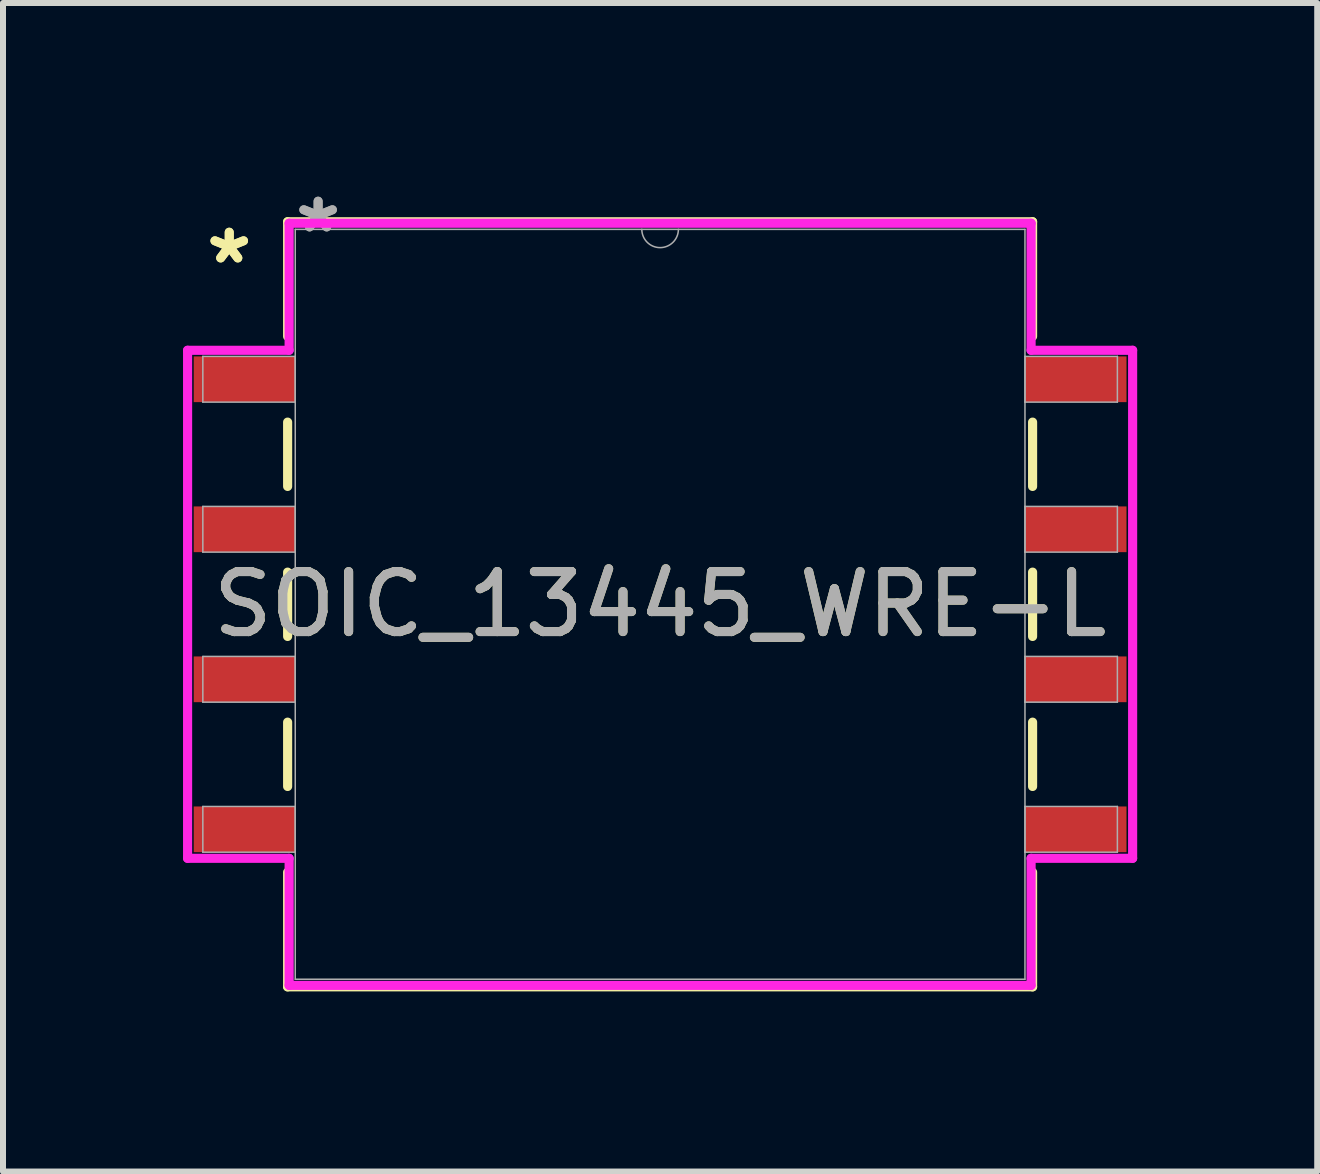
<source format=kicad_pcb>
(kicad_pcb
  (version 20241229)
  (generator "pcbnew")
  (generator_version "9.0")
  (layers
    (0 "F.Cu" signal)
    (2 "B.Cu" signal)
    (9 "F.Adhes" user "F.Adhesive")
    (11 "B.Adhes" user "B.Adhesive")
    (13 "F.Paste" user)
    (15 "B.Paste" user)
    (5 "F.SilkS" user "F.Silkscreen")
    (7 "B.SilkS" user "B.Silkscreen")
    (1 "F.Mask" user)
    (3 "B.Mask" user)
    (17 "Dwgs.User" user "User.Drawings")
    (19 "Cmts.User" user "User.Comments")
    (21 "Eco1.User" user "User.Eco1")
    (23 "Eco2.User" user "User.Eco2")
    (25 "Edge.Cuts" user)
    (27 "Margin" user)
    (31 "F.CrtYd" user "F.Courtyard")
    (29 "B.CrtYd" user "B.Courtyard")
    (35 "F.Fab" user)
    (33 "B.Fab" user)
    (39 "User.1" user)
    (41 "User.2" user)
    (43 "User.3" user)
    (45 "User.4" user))
  (footprint "SOIC_13445_WRE-L"
    (layer "F.Cu")
    (at 7.95 7.02)
    (property "Reference" "SOIC_13445_WRE-L" (at 0 0 0) (unlocked yes) (layer "F.SilkS") (effects (font (size 1 1) (thickness 0.15))))
    (attr smd)
    (fp_line (start -6.207 -6.375) (end -6.207 -4.464) (stroke (width 0.152) (type solid)) (layer "F.SilkS"))
    (fp_line (start -6.207 -3.036) (end -6.207 -1.964) (stroke (width 0.152) (type solid)) (layer "F.SilkS"))
    (fp_line (start -6.207 -0.536) (end -6.207 0.536) (stroke (width 0.152) (type solid)) (layer "F.SilkS"))
    (fp_line (start -6.207 1.964) (end -6.207 3.036) (stroke (width 0.152) (type solid)) (layer "F.SilkS"))
    (fp_line (start -6.207 4.464) (end -6.207 6.375) (stroke (width 0.152) (type solid)) (layer "F.SilkS"))
    (fp_line (start -6.207 6.375) (end 6.207 6.375) (stroke (width 0.152) (type solid)) (layer "F.SilkS"))
    (fp_line (start 6.207 -6.375) (end -6.207 -6.375) (stroke (width 0.152) (type solid)) (layer "F.SilkS"))
    (fp_line (start 6.207 -4.464) (end 6.207 -6.375) (stroke (width 0.152) (type solid)) (layer "F.SilkS"))
    (fp_line (start 6.207 -1.964) (end 6.207 -3.036) (stroke (width 0.152) (type solid)) (layer "F.SilkS"))
    (fp_line (start 6.207 0.536) (end 6.207 -0.536) (stroke (width 0.152) (type solid)) (layer "F.SilkS"))
    (fp_line (start 6.207 3.036) (end 6.207 1.964) (stroke (width 0.152) (type solid)) (layer "F.SilkS"))
    (fp_line (start 6.207 6.375) (end 6.207 4.464) (stroke (width 0.152) (type solid)) (layer "F.SilkS"))
    (fp_line (start -7.874 -4.233) (end -6.182 -4.233) (stroke (width 0.152) (type solid)) (layer "F.CrtYd"))
    (fp_line (start -7.874 4.233) (end -7.874 -4.233) (stroke (width 0.152) (type solid)) (layer "F.CrtYd"))
    (fp_line (start -7.874 4.233) (end -6.182 4.233) (stroke (width 0.152) (type solid)) (layer "F.CrtYd"))
    (fp_line (start -6.182 -6.35) (end 6.182 -6.35) (stroke (width 0.152) (type solid)) (layer "F.CrtYd"))
    (fp_line (start -6.182 -4.233) (end -6.182 -6.35) (stroke (width 0.152) (type solid)) (layer "F.CrtYd"))
    (fp_line (start -6.182 6.35) (end -6.182 4.233) (stroke (width 0.152) (type solid)) (layer "F.CrtYd"))
    (fp_line (start 6.182 -6.35) (end 6.182 -4.233) (stroke (width 0.152) (type solid)) (layer "F.CrtYd"))
    (fp_line (start 6.182 4.233) (end 6.182 6.35) (stroke (width 0.152) (type solid)) (layer "F.CrtYd"))
    (fp_line (start 6.182 6.35) (end -6.182 6.35) (stroke (width 0.152) (type solid)) (layer "F.CrtYd"))
    (fp_line (start 7.874 -4.233) (end 6.182 -4.233) (stroke (width 0.152) (type solid)) (layer "F.CrtYd"))
    (fp_line (start 7.874 -4.233) (end 7.874 4.233) (stroke (width 0.152) (type solid)) (layer "F.CrtYd"))
    (fp_line (start 7.874 4.233) (end 6.182 4.233) (stroke (width 0.152) (type solid)) (layer "F.CrtYd"))
    (fp_line (start -7.62 -4.131) (end -7.62 -3.369) (stroke (width 0.025) (type solid)) (layer "F.Fab"))
    (fp_line (start -7.62 -3.369) (end -6.08 -3.369) (stroke (width 0.025) (type solid)) (layer "F.Fab"))
    (fp_line (start -7.62 -1.631) (end -7.62 -0.869) (stroke (width 0.025) (type solid)) (layer "F.Fab"))
    (fp_line (start -7.62 -0.869) (end -6.08 -0.869) (stroke (width 0.025) (type solid)) (layer "F.Fab"))
    (fp_line (start -7.62 0.869) (end -7.62 1.631) (stroke (width 0.025) (type solid)) (layer "F.Fab"))
    (fp_line (start -7.62 1.631) (end -6.08 1.631) (stroke (width 0.025) (type solid)) (layer "F.Fab"))
    (fp_line (start -7.62 3.369) (end -7.62 4.131) (stroke (width 0.025) (type solid)) (layer "F.Fab"))
    (fp_line (start -7.62 4.131) (end -6.08 4.131) (stroke (width 0.025) (type solid)) (layer "F.Fab"))
    (fp_line (start -6.08 -6.248) (end -6.08 6.248) (stroke (width 0.025) (type solid)) (layer "F.Fab"))
    (fp_line (start -6.08 -4.131) (end -7.62 -4.131) (stroke (width 0.025) (type solid)) (layer "F.Fab"))
    (fp_line (start -6.08 -3.369) (end -6.08 -4.131) (stroke (width 0.025) (type solid)) (layer "F.Fab"))
    (fp_line (start -6.08 -1.631) (end -7.62 -1.631) (stroke (width 0.025) (type solid)) (layer "F.Fab"))
    (fp_line (start -6.08 -0.869) (end -6.08 -1.631) (stroke (width 0.025) (type solid)) (layer "F.Fab"))
    (fp_line (start -6.08 0.869) (end -7.62 0.869) (stroke (width 0.025) (type solid)) (layer "F.Fab"))
    (fp_line (start -6.08 1.631) (end -6.08 0.869) (stroke (width 0.025) (type solid)) (layer "F.Fab"))
    (fp_line (start -6.08 3.369) (end -7.62 3.369) (stroke (width 0.025) (type solid)) (layer "F.Fab"))
    (fp_line (start -6.08 4.131) (end -6.08 3.369) (stroke (width 0.025) (type solid)) (layer "F.Fab"))
    (fp_line (start -6.08 6.248) (end 6.08 6.248) (stroke (width 0.025) (type solid)) (layer "F.Fab"))
    (fp_line (start 6.08 -6.248) (end -6.08 -6.248) (stroke (width 0.025) (type solid)) (layer "F.Fab"))
    (fp_line (start 6.08 -4.131) (end 6.08 -3.369) (stroke (width 0.025) (type solid)) (layer "F.Fab"))
    (fp_line (start 6.08 -3.369) (end 7.62 -3.369) (stroke (width 0.025) (type solid)) (layer "F.Fab"))
    (fp_line (start 6.08 -1.631) (end 6.08 -0.869) (stroke (width 0.025) (type solid)) (layer "F.Fab"))
    (fp_line (start 6.08 -0.869) (end 7.62 -0.869) (stroke (width 0.025) (type solid)) (layer "F.Fab"))
    (fp_line (start 6.08 0.869) (end 6.08 1.631) (stroke (width 0.025) (type solid)) (layer "F.Fab"))
    (fp_line (start 6.08 1.631) (end 7.62 1.631) (stroke (width 0.025) (type solid)) (layer "F.Fab"))
    (fp_line (start 6.08 3.369) (end 6.08 4.131) (stroke (width 0.025) (type solid)) (layer "F.Fab"))
    (fp_line (start 6.08 4.131) (end 7.62 4.131) (stroke (width 0.025) (type solid)) (layer "F.Fab"))
    (fp_line (start 6.08 6.248) (end 6.08 -6.248) (stroke (width 0.025) (type solid)) (layer "F.Fab"))
    (fp_line (start 7.62 -4.131) (end 6.08 -4.131) (stroke (width 0.025) (type solid)) (layer "F.Fab"))
    (fp_line (start 7.62 -3.369) (end 7.62 -4.131) (stroke (width 0.025) (type solid)) (layer "F.Fab"))
    (fp_line (start 7.62 -1.631) (end 6.08 -1.631) (stroke (width 0.025) (type solid)) (layer "F.Fab"))
    (fp_line (start 7.62 -0.869) (end 7.62 -1.631) (stroke (width 0.025) (type solid)) (layer "F.Fab"))
    (fp_line (start 7.62 0.869) (end 6.08 0.869) (stroke (width 0.025) (type solid)) (layer "F.Fab"))
    (fp_line (start 7.62 1.631) (end 7.62 0.869) (stroke (width 0.025) (type solid)) (layer "F.Fab"))
    (fp_line (start 7.62 3.369) (end 6.08 3.369) (stroke (width 0.025) (type solid)) (layer "F.Fab"))
    (fp_line (start 7.62 4.131) (end 7.62 3.369) (stroke (width 0.025) (type solid)) (layer "F.Fab"))
    (fp_arc (start 0.3048 -6.2484) (mid 0 -5.9436) (end -0.3048 -6.2484) (stroke (width 0.0254) (type solid)) (layer "F.Fab"))
    (fp_text user "*" (at -7.18 -5.655 0) (layer "F.SilkS") (effects (font (size 1 1) (thickness 0.15))))
    (fp_text user "*" (at -7.18 -5.655 0) (unlocked yes) (layer "F.SilkS") (effects (font (size 1 1) (thickness 0.15))))
    (fp_text user "${REFERENCE}" (at 0 0 0) (unlocked yes) (layer "F.Fab") (effects (font (size 1 1) (thickness 0.15))))
    (fp_text user "*" (at -5.699 -6.172 0) (unlocked yes) (layer "F.Fab") (effects (font (size 1 1) (thickness 0.15))))
    (fp_text user "*" (at -5.699 -6.172 0) (layer "F.Fab") (effects (font (size 1 1) (thickness 0.15))))
    (pad "1" smd rect (at -6.926 -3.75) (size 1.692 0.762) (layers "F.Cu" "F.Mask" "F.Paste"))
    (pad "2" smd rect (at -6.926 -1.25) (size 1.692 0.762) (layers "F.Cu" "F.Mask" "F.Paste"))
    (pad "3" smd rect (at -6.926 1.25) (size 1.692 0.762) (layers "F.Cu" "F.Mask" "F.Paste"))
    (pad "4" smd rect (at -6.926 3.75) (size 1.692 0.762) (layers "F.Cu" "F.Mask" "F.Paste"))
    (pad "5" smd rect (at 6.926 3.75) (size 1.692 0.762) (layers "F.Cu" "F.Mask" "F.Paste"))
    (pad "6" smd rect (at 6.926 1.25) (size 1.692 0.762) (layers "F.Cu" "F.Mask" "F.Paste"))
    (pad "7" smd rect (at 6.926 -1.25) (size 1.692 0.762) (layers "F.Cu" "F.Mask" "F.Paste"))
    (pad "8" smd rect (at 6.926 -3.75) (size 1.692 0.762) (layers "F.Cu" "F.Mask" "F.Paste")))
  (gr_rect
    (start -3 -3)
    (end 18.9 16.472)
    (stroke (width 0.1) (type default))
    (fill no)
    (layer "Edge.Cuts")))
</source>
